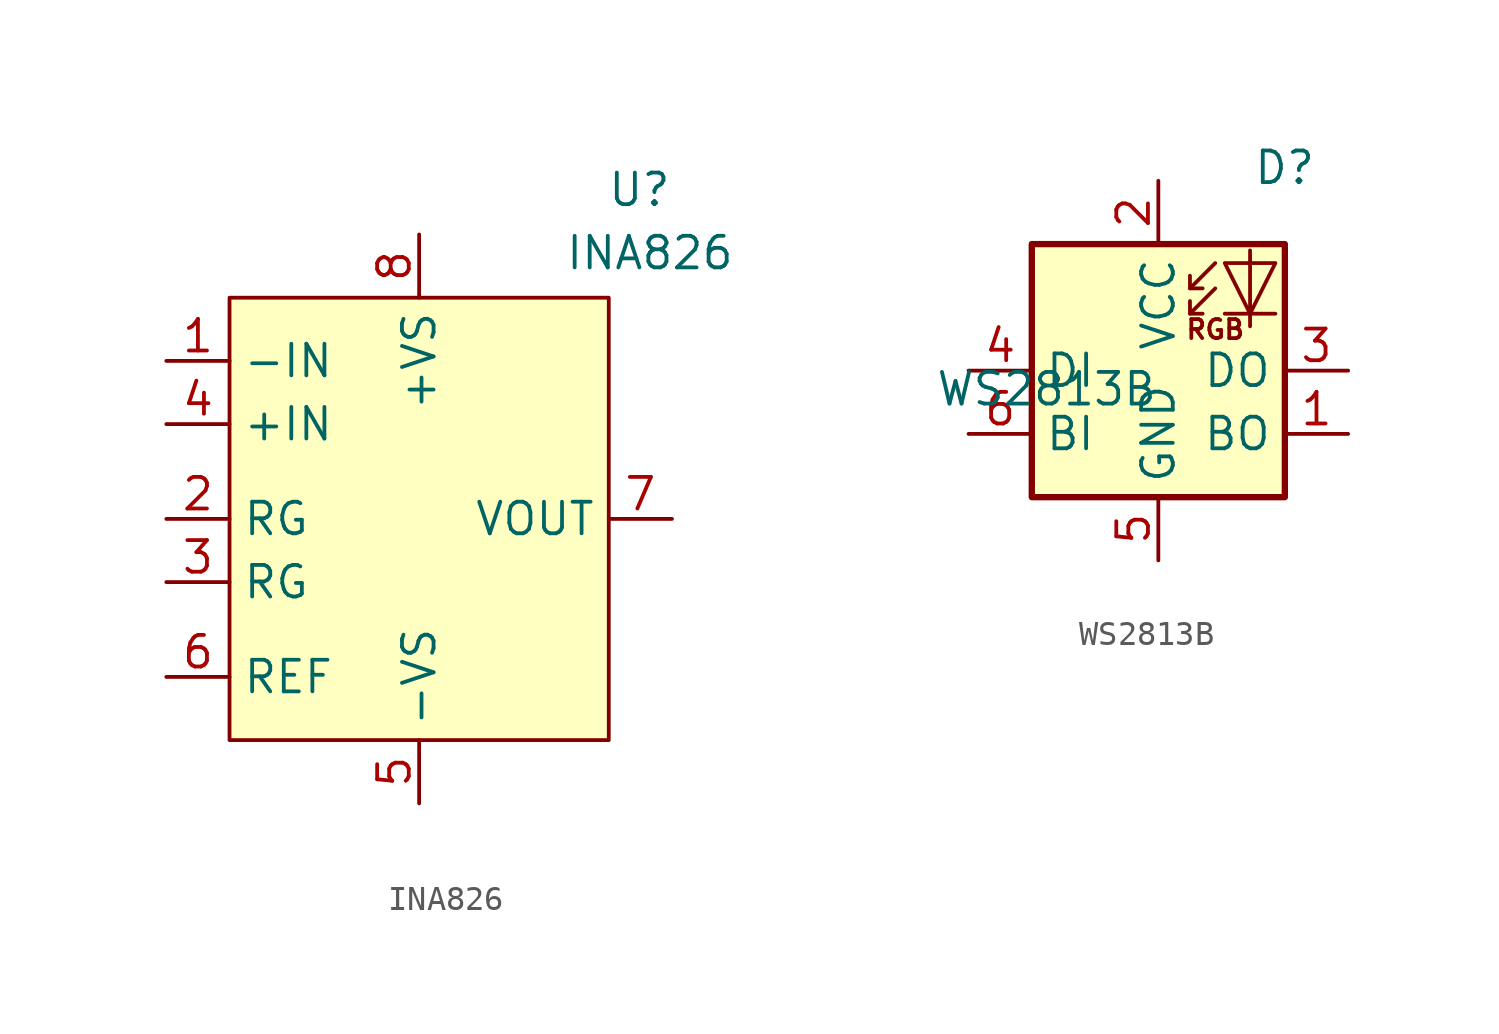
<source format=kicad_sym>
(kicad_symbol_lib
  (version 20220914)
  (generator kicad_symbol_editor)
  (symbol "INA826"
    (property "Reference" "U"
      (at 10.16 13.97 0)
      (do_not_autoplace)
      (effects (font (size 1.27 1.27)) (justify right top)))
    (property "Value" "INA826"
      (at 12.7 11.43 0)
      (do_not_autoplace)
      (effects (font (size 1.27 1.27)) (justify right top)))
    (symbol "INA826_1_1"
      (rectangle (start -7.62 8.89) (end 7.62 -8.89) (stroke (width 0) (type default)) (fill (type background)))
      (pin input line (at -10.16 6.35 0) (length 2.54) (name "-IN" (effects (font (size 1.27 1.27)))) (number "1" (effects (font (size 1.27 1.27)))))
      (pin passive line (at -10.16 0 0) (length 2.54) (name "RG" (effects (font (size 1.27 1.27)))) (number "2" (effects (font (size 1.27 1.27)))))
      (pin passive line (at -10.16 -2.54 0) (length 2.54) (name "RG" (effects (font (size 1.27 1.27)))) (number "3" (effects (font (size 1.27 1.27)))))
      (pin input line (at -10.16 3.81 0) (length 2.54) (name "+IN" (effects (font (size 1.27 1.27)))) (number "4" (effects (font (size 1.27 1.27)))))
      (pin power_in line (at 0 -11.43 90) (length 2.54) (name "-VS" (effects (font (size 1.27 1.27)))) (number "5" (effects (font (size 1.27 1.27)))))
      (pin input line (at -10.16 -6.35 0) (length 2.54) (name "REF" (effects (font (size 1.27 1.27)))) (number "6" (effects (font (size 1.27 1.27)))))
      (pin output line (at 10.16 0 180) (length 2.54) (name "VOUT" (effects (font (size 1.27 1.27)))) (number "7" (effects (font (size 1.27 1.27)))))
      (pin power_in line (at 0 11.43 270) (length 2.54) (name "+VS" (effects (font (size 1.27 1.27)))) (number "8" (effects (font (size 1.27 1.27)))))))
  (symbol "WS2813B"
    (property "Reference" "D"
      (at 6.35 8.89 0)
      (effects (font (size 1.27 1.27)) (justify right top)))
    (property "Value" "WS2813B"
      (at 0 0 0)
      (effects (font (size 1.27 1.27)) (justify right top)))
    (symbol "WS2813B_0_0"
      (text "RGB" (at 2.286 1.651 0) (effects (font (size 0.762 0.762)))))
    (symbol "WS2813B_0_1"
      (rectangle (start -5.08 5.08) (end 5.08 -5.08) (stroke (width 0.254) (type default)) (fill (type background)))
      (polyline (pts (xy 1.27 2.286) (xy 1.778 2.286)) (stroke (width 0) (type default)) (fill (type none)))
      (polyline (pts (xy 1.27 3.302) (xy 1.778 3.302)) (stroke (width 0) (type default)) (fill (type none)))
      (polyline (pts (xy 4.699 2.286) (xy 2.667 2.286)) (stroke (width 0) (type default)) (fill (type none)))
      (polyline (pts (xy 2.286 3.302) (xy 1.27 2.286) (xy 1.27 2.794)) (stroke (width 0) (type default)) (fill (type none)))
      (polyline (pts (xy 2.286 4.318) (xy 1.27 3.302) (xy 1.27 3.81)) (stroke (width 0) (type default)) (fill (type none)))
      (polyline (pts (xy 3.683 4.826) (xy 3.683 2.286) (xy 3.683 1.778)) (stroke (width 0) (type default)) (fill (type none)))
      (polyline (pts (xy 4.699 4.318) (xy 2.667 4.318) (xy 3.683 2.286) (xy 4.699 4.318)) (stroke (width 0) (type default)) (fill (type none))))
    (symbol "WS2813B_1_1"
      (pin output line (at 7.62 -2.54 180) (length 2.54) (name "BO" (effects (font (size 1.27 1.27)))) (number "1" (effects (font (size 1.27 1.27)))))
      (pin power_in line (at 0 7.62 270) (length 2.54) (name "VCC" (effects (font (size 1.27 1.27)))) (number "2" (effects (font (size 1.27 1.27)))))
      (pin output line (at 7.62 0 180) (length 2.54) (name "DO" (effects (font (size 1.27 1.27)))) (number "3" (effects (font (size 1.27 1.27)))))
      (pin input line (at -7.62 0 0) (length 2.54) (name "DI" (effects (font (size 1.27 1.27)))) (number "4" (effects (font (size 1.27 1.27)))))
      (pin power_in line (at 0 -7.62 90) (length 2.54) (name "GND" (effects (font (size 1.27 1.27)))) (number "5" (effects (font (size 1.27 1.27)))))
      (pin input line (at -7.62 -2.54 0) (length 2.54) (name "BI" (effects (font (size 1.27 1.27)))) (number "6" (effects (font (size 1.27 1.27))))))))
</source>
